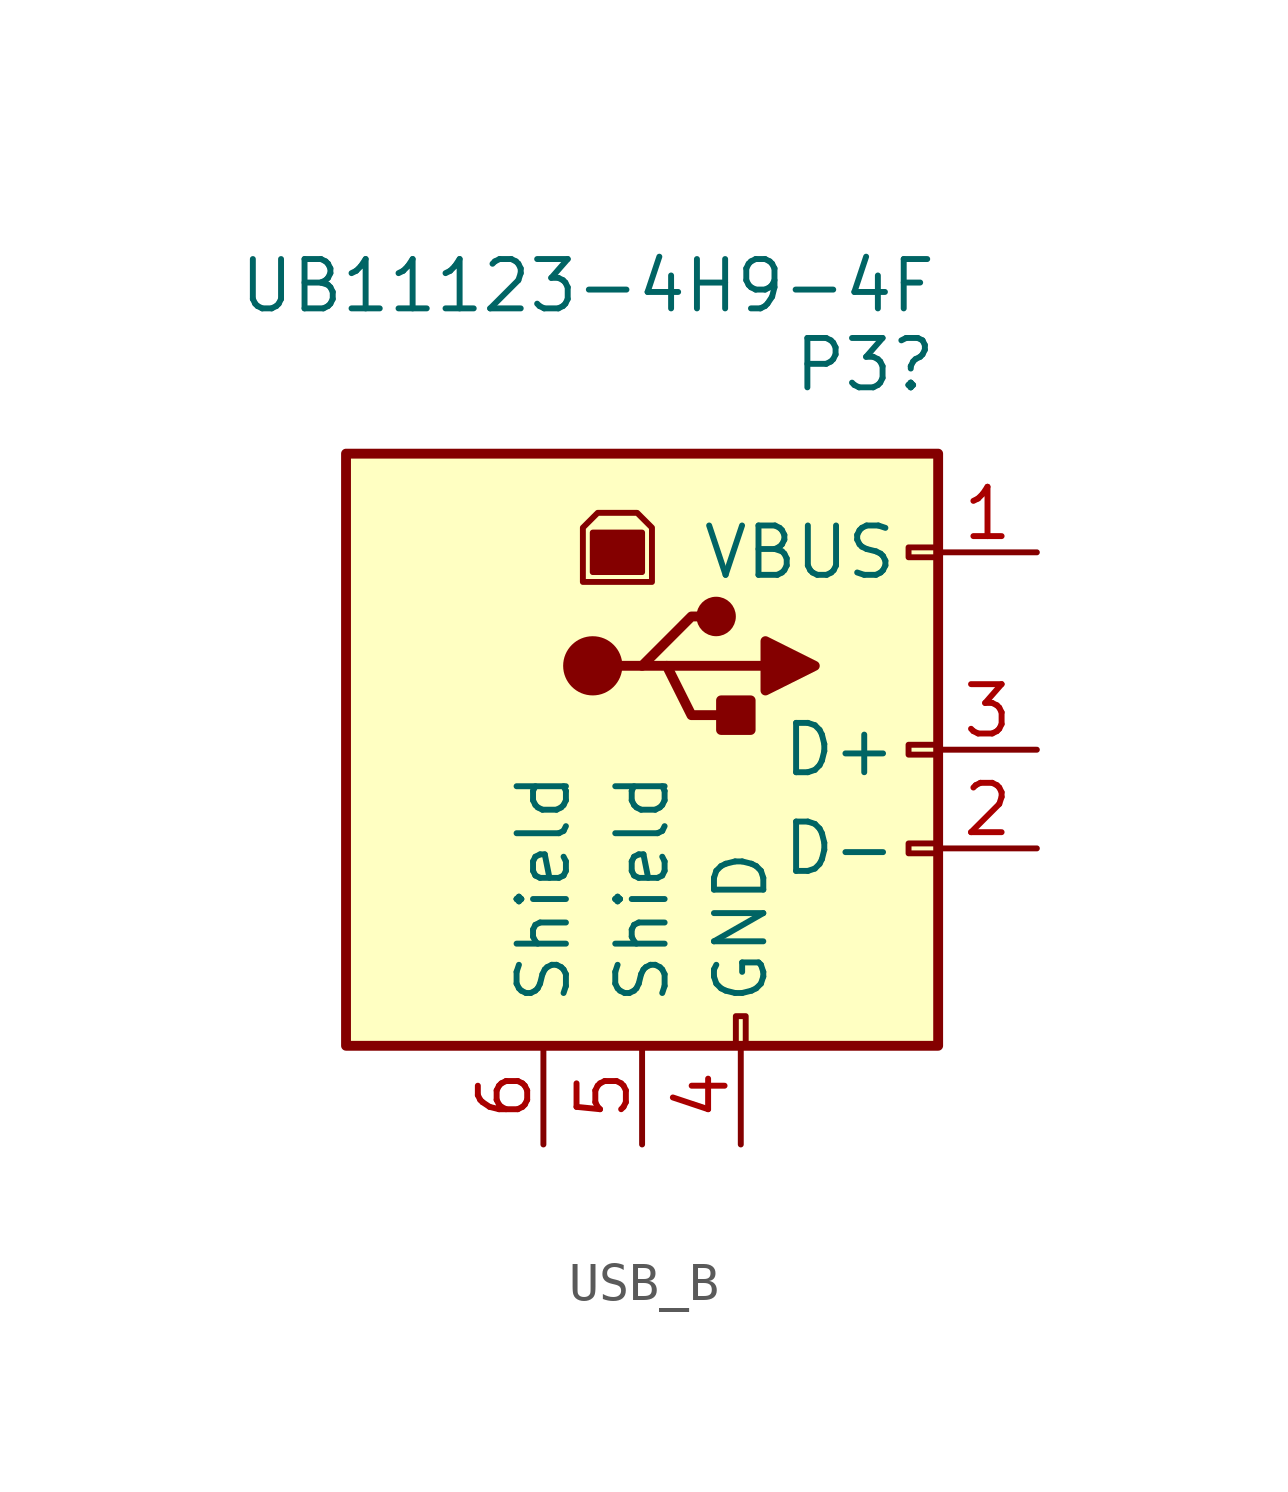
<source format=kicad_sym>
(kicad_symbol_lib
  (version 20231120)
  (generator "kicad_symbol_editor")
  (generator_version "8.0")
  (symbol "USB_B"
    (pin_names
      (offset 1.016))
    (property "Reference" "P3"
      (at 5.08 9.906 0)
      (effects (font (size 1.27 1.27)) (justify right)))
    (property "Value" "UB11123-4H9-4F"
      (at 5.08 11.938 0)
      (effects (font (size 1.27 1.27)) (justify right)))
    (symbol "USB_B_0_1"
      (rectangle (start -10.16 7.62) (end 5.08 -7.62) (stroke (width 0.254) (type default)) (fill (type background)))
      (circle (center -3.81 2.159) (radius 0.635) (stroke (width 0.254) (type default)) (fill (type outline)))
      (rectangle (start -3.81 5.588) (end -2.54 4.572) (stroke (width 0) (type default)) (fill (type outline)))
      (circle (center -0.635 3.429) (radius 0.381) (stroke (width 0.254) (type default)) (fill (type outline)))
      (rectangle (start -0.127 -7.62) (end 0.127 -6.858) (stroke (width 0) (type default)) (fill (type none)))
      (polyline (pts (xy -1.905 2.159) (xy 0.635 2.159)) (stroke (width 0.254) (type default)) (fill (type none)))
      (polyline (pts (xy -3.175 2.159) (xy -2.54 2.159) (xy -1.27 3.429) (xy -0.635 3.429)) (stroke (width 0.254) (type default)) (fill (type none)))
      (polyline (pts (xy -2.54 2.159) (xy -1.905 2.159) (xy -1.27 0.889) (xy 0 0.889)) (stroke (width 0.254) (type default)) (fill (type none)))
      (polyline (pts (xy 0.635 2.794) (xy 0.635 1.524) (xy 1.905 2.159) (xy 0.635 2.794)) (stroke (width 0.254) (type default)) (fill (type outline)))
      (polyline (pts (xy -4.064 4.318) (xy -2.286 4.318) (xy -2.286 5.715) (xy -2.667 6.096) (xy -3.683 6.096) (xy -4.064 5.715) (xy -4.064 4.318)) (stroke (width 0) (type default)) (fill (type none)))
      (rectangle (start 0.254 1.27) (end -0.508 0.508) (stroke (width 0.254) (type default)) (fill (type outline)))
      (rectangle (start 5.08 -2.667) (end 4.318 -2.413) (stroke (width 0) (type default)) (fill (type none)))
      (rectangle (start 5.08 -0.127) (end 4.318 0.127) (stroke (width 0) (type default)) (fill (type none)))
      (rectangle (start 5.08 4.953) (end 4.318 5.207) (stroke (width 0) (type default)) (fill (type none))))
    (symbol "USB_B_1_1"
      (pin power_out line (at 7.62 5.08 180) (length 2.54) (name "VBUS" (effects (font (size 1.27 1.27)))) (number "1" (effects (font (size 1.27 1.27)))))
      (pin bidirectional line (at 7.62 -2.54 180) (length 2.54) (name "D-" (effects (font (size 1.27 1.27)))) (number "2" (effects (font (size 1.27 1.27)))))
      (pin bidirectional line (at 7.62 0 180) (length 2.54) (name "D+" (effects (font (size 1.27 1.27)))) (number "3" (effects (font (size 1.27 1.27)))))
      (pin power_out line (at 0 -10.16 90) (length 2.54) (name "GND" (effects (font (size 1.27 1.27)))) (number "4" (effects (font (size 1.27 1.27)))))
      (pin passive line (at -2.54 -10.16 90) (length 2.54) (name "Shield" (effects (font (size 1.27 1.27)))) (number "5" (effects (font (size 1.27 1.27)))))
      (pin passive line (at -5.08 -10.16 90) (length 2.54) (name "Shield" (effects (font (size 1.27 1.27)))) (number "6" (effects (font (size 1.27 1.27))))))))
</source>
